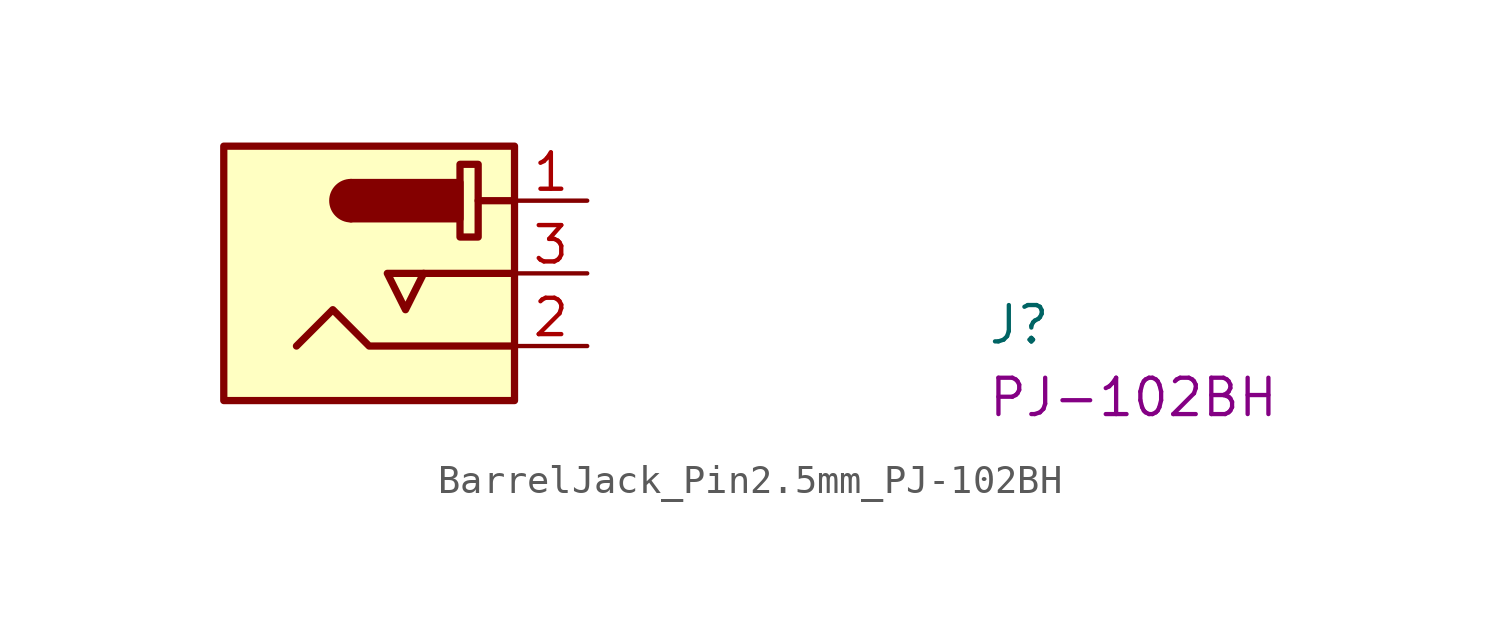
<source format=kicad_sym>
(kicad_symbol_lib
  (version 20220914)
  (generator kicad_symbol_editor)
  (symbol "BarrelJack_Pin2.5mm_PJ-102BH"
    (property "Reference" "J"
      (at 17.78 -5.08 0)
      (effects (font (size 1.27 1.27) (thickness 0.15)) (justify left bottom)))
    (property "MPN" "PJ-102BH"
      (at 17.78 -7.62 0)
      (effects (font (size 1.27 1.27) (thickness 0.15)) (justify left bottom)))
    (symbol "BarrelJack_Pin2.5mm_PJ-102BH_1_1"
      (rectangle (start -8.89 1.905) (end 1.27 -6.985) (stroke (width 0.254) (type default)) (fill (type background)))
      (arc (start -4.445 0.635) (mid -5.0773 0) (end -4.445 -0.635) (stroke (width 0.254) (type default)) (fill (type outline)))
      (rectangle (start -4.445 0.635) (end -0.635 -0.635) (stroke (width 0.254) (type default)) (fill (type outline)))
      (rectangle (start -0.635 1.27) (end 0 -1.27) (stroke (width 0.254) (type default)) (fill (type none)))
      (polyline (pts (xy 1.27 -2.54) (xy -1.905 -2.54)) (stroke (width 0.254) (type default)) (fill (type background)))
      (polyline (pts (xy 1.27 0) (xy 0 0)) (stroke (width 0.254) (type default)) (fill (type background)))
      (polyline (pts (xy 1.27 -5.08) (xy -3.81 -5.08) (xy -5.08 -3.81) (xy -6.35 -5.08)) (stroke (width 0.254) (type default)) (fill (type none)))
      (polyline (pts (xy -2.54 -2.54) (xy -3.175 -2.54) (xy -2.54 -3.81) (xy -1.905 -2.54) (xy -2.54 -2.54)) (stroke (width 0.254) (type default)) (fill (type none)))
      (pin passive line (at 3.81 0 180) (length 2.54) (name "~" (effects (font (size 1.27 1.27)))) (number "1" (effects (font (size 1.27 1.27)))))
      (pin passive line (at 3.81 -5.08 180) (length 2.54) (name "~" (effects (font (size 1.27 1.27)))) (number "2" (effects (font (size 1.27 1.27)))))
      (pin passive line (at 3.81 -2.54 180) (length 2.54) (name "~" (effects (font (size 1.27 1.27)))) (number "3" (effects (font (size 1.27 1.27))))))))
</source>
